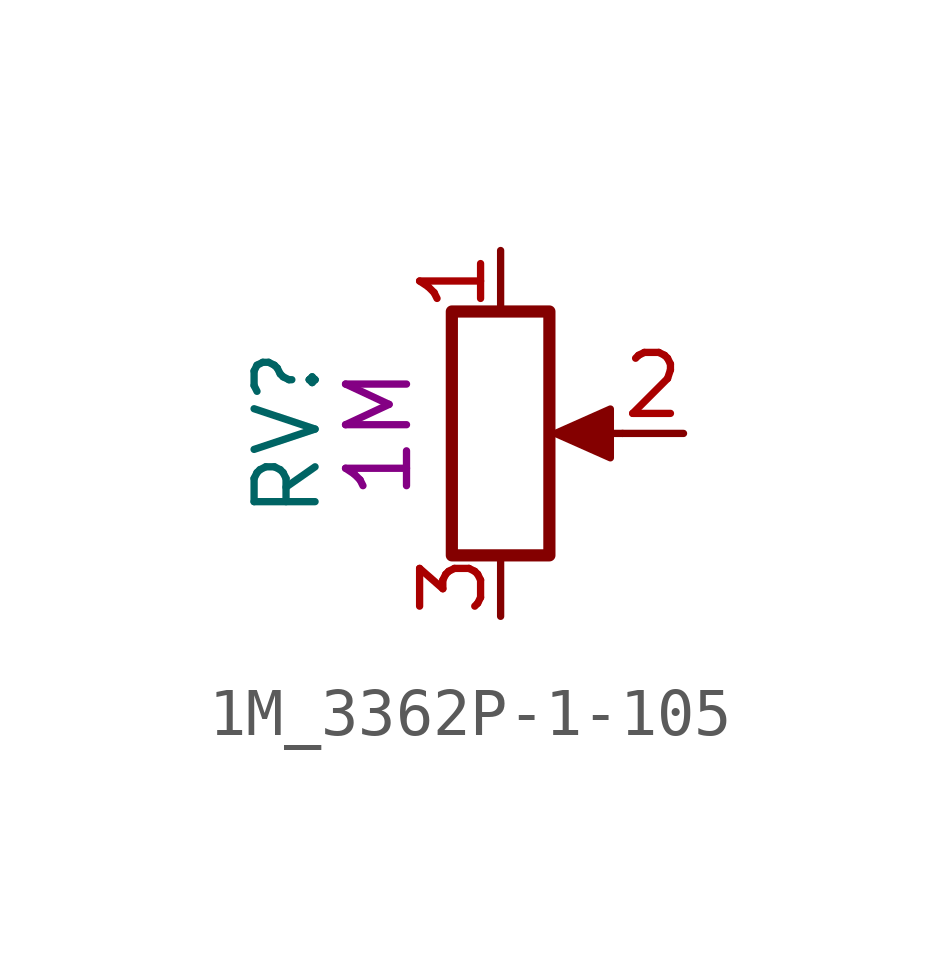
<source format=kicad_sym>
(kicad_symbol_lib
  (version 20211014)
  (generator kicad_symbol_editor)
  (symbol "1M_3362P-1-105"
    (pin_names
      (offset 1.016) hide)
    (property "Reference" "RV"
      (at -4.445 0 90)
      (effects (font (size 1.27 1.27))))
    (property "UserValue" "1M"
      (at -2.54 0 90)
      (effects (font (size 1.27 1.27))))
    (symbol "1M_3362P-1-105_0_1"
      (polyline (pts (xy 2.54 0) (xy 1.524 0)) (stroke (width 0) (type default) (color 0 0 0 0)) (fill (type none)))
      (polyline (pts (xy 1.143 0) (xy 2.286 0.508) (xy 2.286 -0.508) (xy 1.143 0)) (stroke (width 0) (type default) (color 0 0 0 0)) (fill (type outline)))
      (rectangle (start 1.016 2.54) (end -1.016 -2.54) (stroke (width 0.254) (type default) (color 0 0 0 0)) (fill (type none))))
    (symbol "1M_3362P-1-105_1_1"
      (pin passive line (at 0 3.81 270) (length 1.27) (name "1" (effects (font (size 1.27 1.27)))) (number "1" (effects (font (size 1.27 1.27)))))
      (pin passive line (at 3.81 0 180) (length 1.27) (name "2" (effects (font (size 1.27 1.27)))) (number "2" (effects (font (size 1.27 1.27)))))
      (pin passive line (at 0 -3.81 90) (length 1.27) (name "3" (effects (font (size 1.27 1.27)))) (number "3" (effects (font (size 1.27 1.27))))))))
</source>
